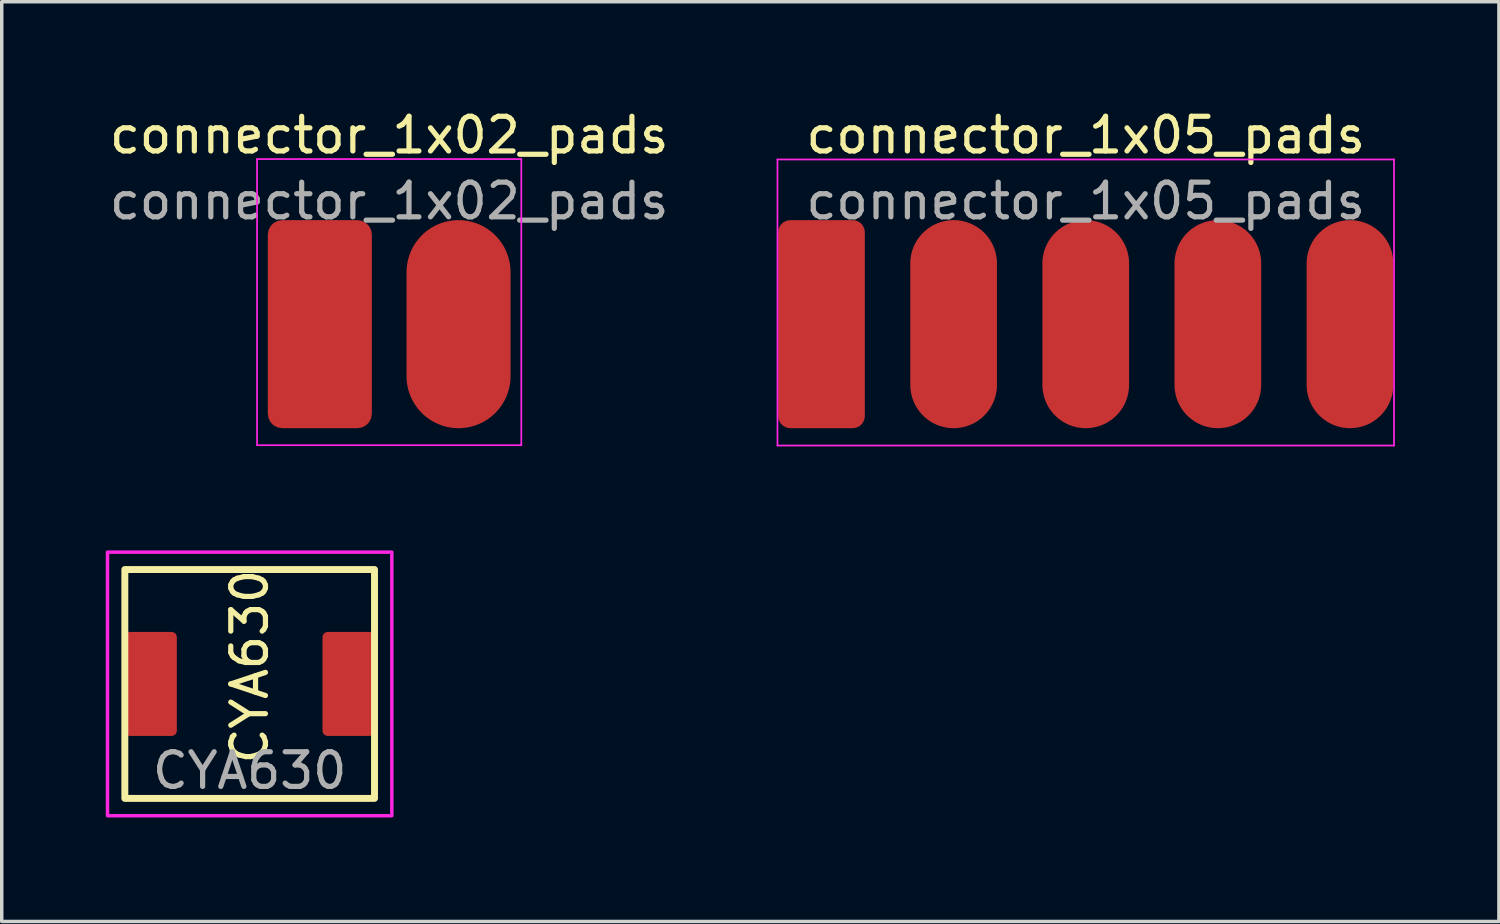
<source format=kicad_pcb>
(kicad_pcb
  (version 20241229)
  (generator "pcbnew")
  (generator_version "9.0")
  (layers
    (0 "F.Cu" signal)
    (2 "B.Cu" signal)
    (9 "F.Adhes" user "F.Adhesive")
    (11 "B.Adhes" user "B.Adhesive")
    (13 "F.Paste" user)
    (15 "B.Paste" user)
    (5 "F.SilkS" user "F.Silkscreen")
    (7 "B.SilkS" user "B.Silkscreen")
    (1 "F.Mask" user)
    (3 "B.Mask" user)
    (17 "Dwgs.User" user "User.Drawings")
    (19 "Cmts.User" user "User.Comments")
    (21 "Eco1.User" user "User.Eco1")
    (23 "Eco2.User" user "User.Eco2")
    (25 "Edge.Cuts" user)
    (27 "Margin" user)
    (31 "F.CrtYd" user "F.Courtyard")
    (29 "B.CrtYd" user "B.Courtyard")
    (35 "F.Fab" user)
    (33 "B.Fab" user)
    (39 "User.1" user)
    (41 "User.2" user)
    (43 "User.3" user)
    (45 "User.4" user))
  (footprint "CYA630"
    (layer "F.Cu")
    (at 4.15 16.673)
    (property "Reference" "CYA630" (at 0 -0.5 90) (unlocked yes) (layer "F.SilkS") (effects (font (size 1 1) (thickness 0.15))))
    (attr smd)
    (fp_rect (start -3.6 -3.3) (end 3.6 3.3) (stroke (width 0.2) (type default)) (fill no) (layer "F.SilkS"))
    (fp_rect (start -4.1 -3.8) (end 4.1 3.8) (stroke (width 0.1) (type default)) (fill no) (layer "F.CrtYd"))
    (fp_text user "${REFERENCE}" (at 0 2.5 0) (unlocked yes) (layer "F.Fab") (effects (font (size 1 1) (thickness 0.15))))
    (pad "1" smd roundrect (at -2.85 0) (size 1.5 3) (layers "F.Cu" "F.Mask" "F.Paste") (roundrect_rratio 0.1))
    (pad "2" smd roundrect (at 2.85 0) (size 1.5 3) (layers "F.Cu" "F.Mask" "F.Paste") (roundrect_rratio 0.1)))
  (footprint "connector_1x05_pads"
    (layer "F.Cu")
    (at 28.26 6.298)
    (property "Reference" "connector_1x05_pads" (at 0 -5.45 0) (layer "F.SilkS") (effects (font (size 1 1) (thickness 0.15))))
    (attr through_hole)
    (fp_line (start -8.89 -4.75) (end -8.89 3.5) (stroke (width 0.05) (type solid)) (layer "F.CrtYd"))
    (fp_line (start -8.89 3.5) (end 8.89 3.5) (stroke (width 0.05) (type solid)) (layer "F.CrtYd"))
    (fp_line (start 8.89 -4.75) (end -8.89 -4.75) (stroke (width 0.05) (type solid)) (layer "F.CrtYd"))
    (fp_line (start 8.89 3.5) (end 8.89 -4.75) (stroke (width 0.05) (type solid)) (layer "F.CrtYd"))
    (fp_text user "${REFERENCE}" (at 0 -3.55 0) (layer "F.Fab") (effects (font (size 1 1) (thickness 0.15))))
    (pad "1" smd roundrect (at -7.62 0) (size 2.5 6) (layers "F.Cu" "F.Mask" "F.Paste") (roundrect_rratio 0.139))
    (pad "2" smd oval (at -3.81 0) (size 2.5 6) (layers "F.Cu" "F.Mask" "F.Paste"))
    (pad "3" smd oval (at 0 0) (size 2.5 6) (layers "F.Cu" "F.Mask" "F.Paste"))
    (pad "4" smd oval (at 3.81 0) (size 2.5 6) (layers "F.Cu" "F.Mask" "F.Paste"))
    (pad "5" smd oval (at 7.62 0) (size 2.5 6) (layers "F.Cu" "F.Mask" "F.Paste")))
  (footprint "connector_1x02_pads"
    (layer "F.Cu")
    (at 8.173 6.298)
    (property "Reference" "connector_1x02_pads" (at 0 -5.45 0) (layer "F.SilkS") (effects (font (size 1 1) (thickness 0.15))))
    (attr through_hole)
    (fp_line (start -3.81 -4.76) (end -3.81 3.49) (stroke (width 0.05) (type solid)) (layer "F.CrtYd"))
    (fp_line (start -3.81 3.49) (end 3.81 3.49) (stroke (width 0.05) (type solid)) (layer "F.CrtYd"))
    (fp_line (start 3.81 -4.76) (end -3.81 -4.76) (stroke (width 0.05) (type solid)) (layer "F.CrtYd"))
    (fp_line (start 3.81 3.49) (end 3.81 -4.76) (stroke (width 0.05) (type solid)) (layer "F.CrtYd"))
    (fp_text user "${REFERENCE}" (at 0 -3.55 0) (layer "F.Fab") (effects (font (size 1 1) (thickness 0.15))))
    (pad "1" smd roundrect (at -2 0) (size 3 6) (layers "F.Cu" "F.Mask" "F.Paste") (roundrect_rratio 0.139))
    (pad "2" smd oval (at 2 0) (size 3 6) (layers "F.Cu" "F.Mask" "F.Paste")))
  (gr_rect
    (start -3 -3)
    (end 40.175 23.523)
    (stroke (width 0.1) (type default))
    (fill no)
    (layer "Edge.Cuts")))
</source>
